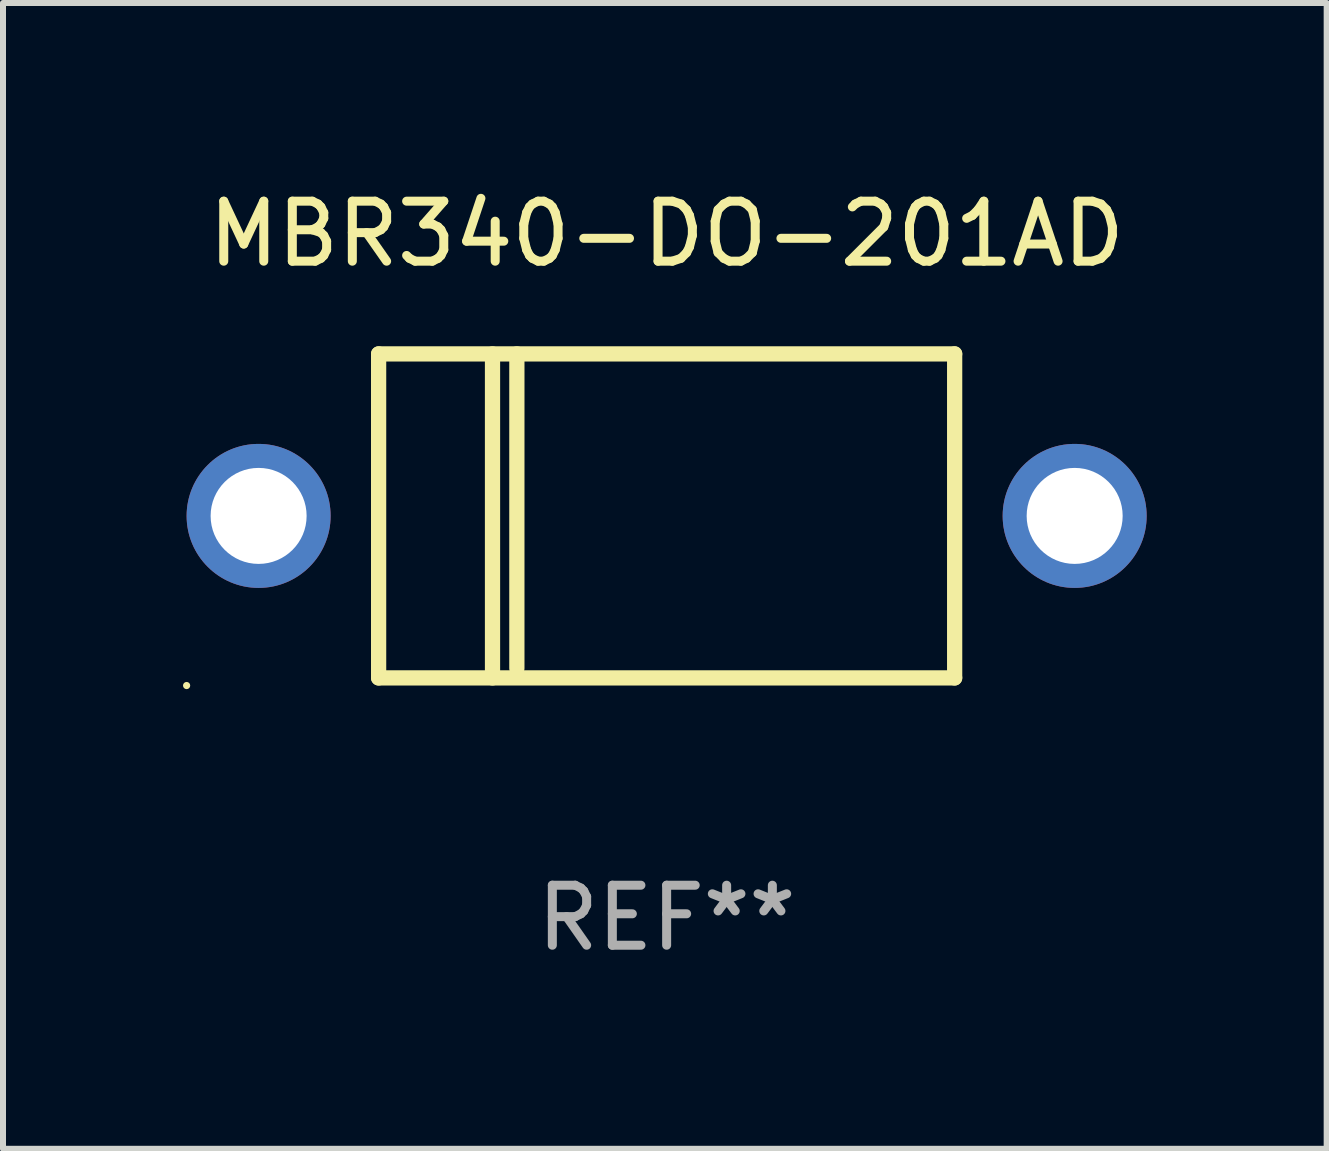
<source format=kicad_pcb>
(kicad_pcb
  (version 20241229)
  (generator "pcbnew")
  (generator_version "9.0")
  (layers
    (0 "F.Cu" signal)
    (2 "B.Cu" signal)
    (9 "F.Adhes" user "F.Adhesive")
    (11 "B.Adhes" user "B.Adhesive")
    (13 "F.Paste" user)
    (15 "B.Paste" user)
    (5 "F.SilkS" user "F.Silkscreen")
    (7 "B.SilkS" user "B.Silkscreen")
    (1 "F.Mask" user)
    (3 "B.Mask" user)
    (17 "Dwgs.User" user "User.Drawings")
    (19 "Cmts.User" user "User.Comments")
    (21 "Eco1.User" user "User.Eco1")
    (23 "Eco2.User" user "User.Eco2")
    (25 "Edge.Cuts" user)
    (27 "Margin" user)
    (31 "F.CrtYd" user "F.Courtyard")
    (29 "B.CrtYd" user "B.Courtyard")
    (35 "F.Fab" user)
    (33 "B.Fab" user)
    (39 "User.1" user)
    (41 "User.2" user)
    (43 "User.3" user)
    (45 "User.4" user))
  (footprint "MBR340-DO-201AD"
    (layer "F.Cu")
    (at 8.06 5.548)
    (property "Reference" "MBR340-DO-201AD" (at 0 -4.7 0) (layer "F.SilkS") (effects (font (size 1 1) (thickness 0.15))))
    (attr through_hole)
    (fp_line (start -4.8 -2.7) (end -4.8 2.7) (stroke (width 0.254) (type solid)) (layer "F.SilkS"))
    (fp_line (start -4.8 -2.7) (end 4.8 -2.7) (stroke (width 0.254) (type solid)) (layer "F.SilkS"))
    (fp_line (start -2.902 -2.7) (end -2.902 2.7) (stroke (width 0.254) (type solid)) (layer "F.SilkS"))
    (fp_line (start -2.496 -2.7) (end -2.496 2.54) (stroke (width 0.254) (type solid)) (layer "F.SilkS"))
    (fp_line (start 4.8 -2.7) (end 4.8 2.7) (stroke (width 0.254) (type solid)) (layer "F.SilkS"))
    (fp_line (start 4.8 2.7) (end -4.8 2.7) (stroke (width 0.254) (type solid)) (layer "F.SilkS"))
    (fp_circle (center -8 2.827) (end -7.97 2.827) (stroke (width 0.06) (type solid)) (fill no) (layer "F.SilkS"))
    (fp_text user "REF**" (at 0 6.7 0) (layer "F.Fab") (effects (font (size 1 1) (thickness 0.15))))
    (pad "1" thru_hole circle (at -6.8 0) (size 2.4 2.4) (drill 1.6) (layers "*.Cu" "*.Mask"))
    (pad "2" thru_hole circle (at 6.8 0) (size 2.4 2.4) (drill 1.6) (layers "*.Cu" "*.Mask")))
  (gr_rect
    (start -3 -3)
    (end 19.06 16.096)
    (stroke (width 0.1) (type default))
    (fill no)
    (layer "Edge.Cuts")))
</source>
